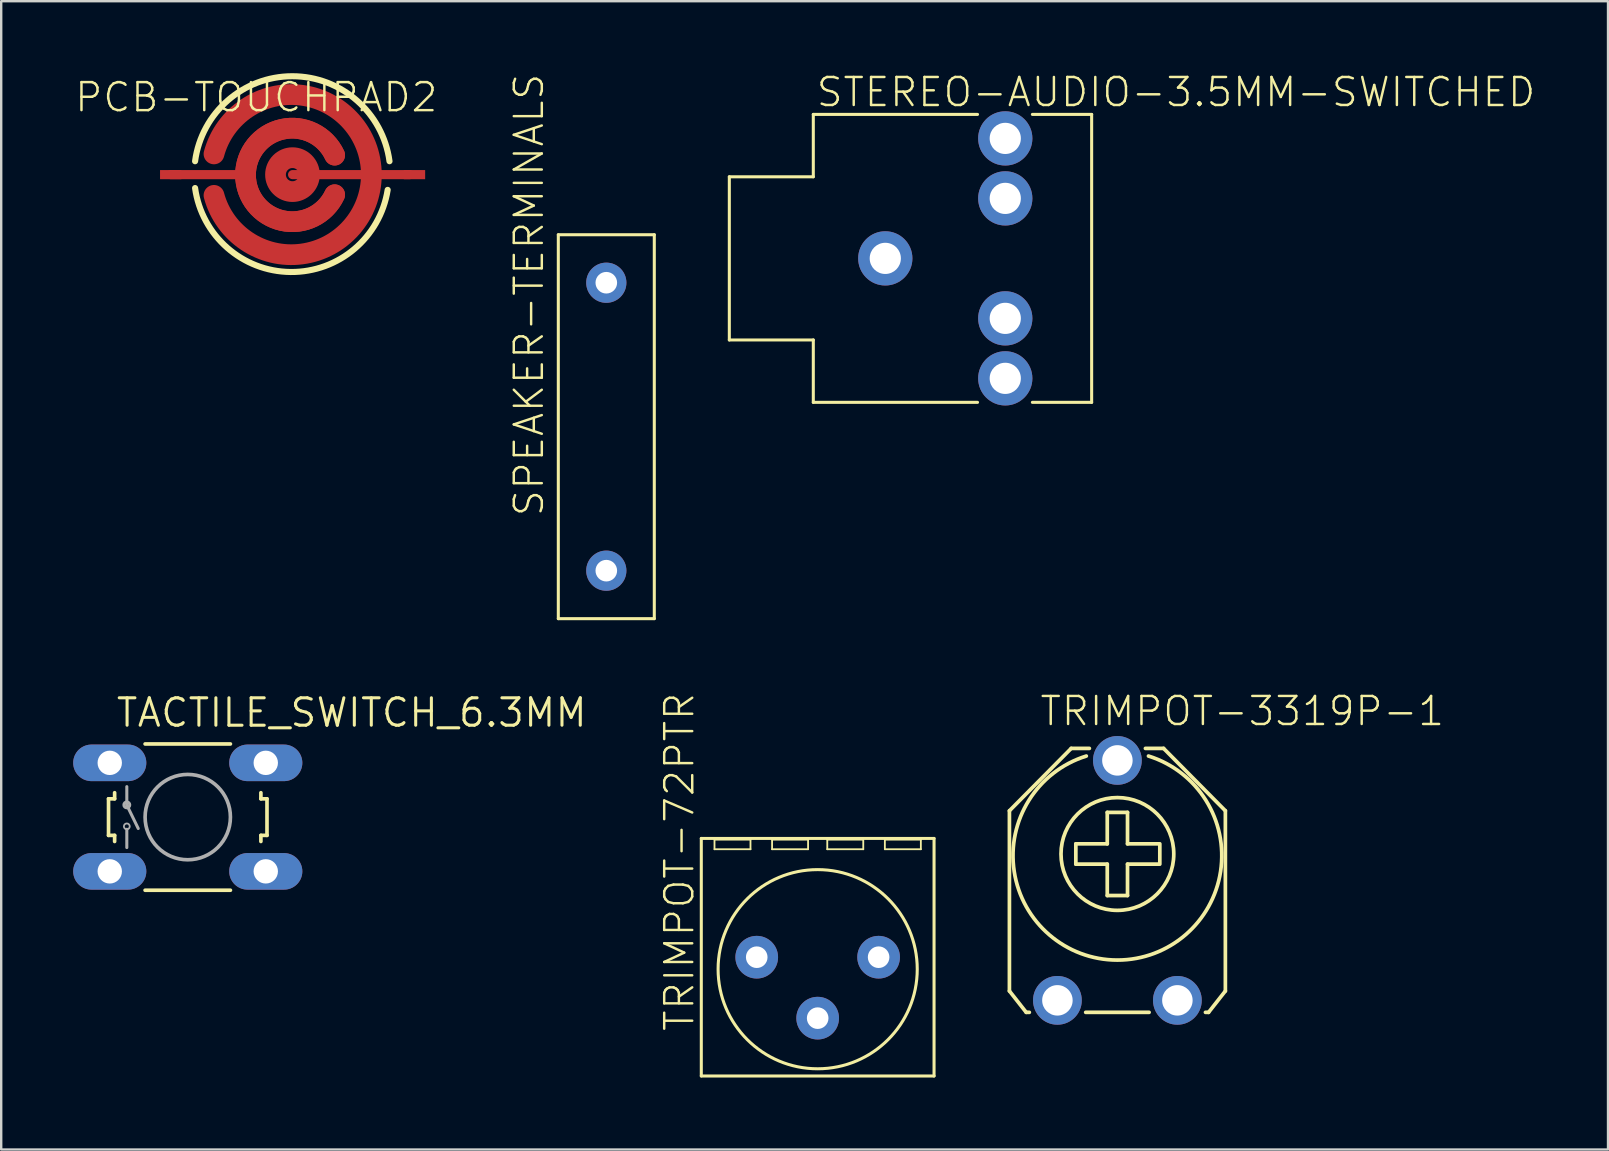
<source format=kicad_pcb>
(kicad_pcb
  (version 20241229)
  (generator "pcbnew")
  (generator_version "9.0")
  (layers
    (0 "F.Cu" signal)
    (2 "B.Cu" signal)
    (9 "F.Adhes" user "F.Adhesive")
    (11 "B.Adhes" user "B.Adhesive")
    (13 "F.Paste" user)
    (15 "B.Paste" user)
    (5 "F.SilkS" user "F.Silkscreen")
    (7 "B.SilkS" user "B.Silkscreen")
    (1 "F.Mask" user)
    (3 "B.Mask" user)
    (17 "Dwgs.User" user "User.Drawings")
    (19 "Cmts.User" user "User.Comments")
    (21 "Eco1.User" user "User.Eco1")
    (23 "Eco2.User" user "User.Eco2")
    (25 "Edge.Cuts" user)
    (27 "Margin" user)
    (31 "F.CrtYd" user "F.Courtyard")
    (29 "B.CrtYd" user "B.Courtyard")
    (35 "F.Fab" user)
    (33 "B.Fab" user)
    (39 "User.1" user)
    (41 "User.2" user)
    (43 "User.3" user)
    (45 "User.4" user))
  (footprint "PCB-TOUCHPAD2"
    (layer "F.Cu")
    (at 9.144 4.228)
    (property "Reference" "PCB-TOUCHPAD2" (at -9.144 -2.54 0) (unlocked yes) (layer "F.SilkS") (effects (font (size 1.168 1.168) (thickness 0.102)) (justify left bottom)))
    (fp_line (start -1.93 0) (end -5.08 0) (stroke (width 0.381) (type solid)) (layer "F.Cu"))
    (fp_line (start 0 0) (end 4.877 0) (stroke (width 0.381) (type solid)) (layer "F.Cu"))
    (fp_arc (start -3.2766 -0.8636) (mid 3.283095 0) (end -3.2766 0.8636) (stroke (width 0.8636) (type solid)) (layer "F.Cu"))
    (fp_arc (start 1.7526 0.8382) (mid -1.961476 0.0127) (end 1.7526 -0.812799) (stroke (width 0.8636) (type solid)) (layer "F.Cu"))
    (fp_arc (start 1.7526 0.8382) (mid -1.961476 0.0127) (end 1.7526 -0.812799) (stroke (width 0.8636) (type solid)) (layer "F.Cu"))
    (fp_circle (center -0.005 0) (end 0.27 0) (stroke (width 0.864) (type solid)) (fill no) (layer "F.Cu"))
    (fp_line (start -1.93 0) (end -5.08 0) (stroke (width 0.406) (type solid)) (layer "F.Mask"))
    (fp_line (start 0 0) (end 4.877 0) (stroke (width 0.406) (type solid)) (layer "F.Mask"))
    (fp_arc (start -3.2766 -0.8636) (mid 3.283095 0) (end -3.2766 0.8636) (stroke (width 0.889) (type solid)) (layer "F.Mask"))
    (fp_arc (start 1.7526 0.8382) (mid -1.961476 0.0127) (end 1.7526 -0.812799) (stroke (width 0.889) (type solid)) (layer "F.Mask"))
    (fp_circle (center -0.005 0) (end 0.27 0) (stroke (width 0.889) (type solid)) (fill no) (layer "F.Mask"))
    (fp_arc (start -4.064 -0.5588) (mid -0.0127 -4.10064) (end 4.0386 -0.5588) (stroke (width 0.254) (type solid)) (layer "F.SilkS"))
    (fp_arc (start 3.9624 0.635) (mid -0.083653 4.057391) (end -4.063999 0.558799) (stroke (width 0.254) (type solid)) (layer "F.SilkS"))
    (pad "1" smd rect (at -5.08 0 90) (size 0.381 0.889) (layers "F.Cu" "F.Mask" "F.Paste"))
    (pad "2" smd rect (at 5.08 0 90) (size 0.381 0.889) (layers "F.Cu" "F.Mask" "F.Paste")))
  (footprint "TRIMPOT-3319P-1"
    (layer "F.Cu")
    (at 43.518 33.64)
    (property "Reference" "TRIMPOT-3319P-1" (at -3.29 -6.37 0) (unlocked yes) (layer "F.SilkS") (effects (font (size 1.168 1.168) (thickness 0.102)) (justify left bottom)))
    (fp_line (start -4.5 -2.9) (end -4.5 4.61) (stroke (width 0.154) (type solid)) (layer "F.SilkS"))
    (fp_line (start -3.8 5.5) (end -4.5 4.61) (stroke (width 0.154) (type solid)) (layer "F.SilkS"))
    (fp_line (start -3.8 5.5) (end -3.67 5.5) (stroke (width 0.154) (type solid)) (layer "F.SilkS"))
    (fp_line (start -1.925 -5.5) (end -4.5 -2.9) (stroke (width 0.154) (type solid)) (layer "F.SilkS"))
    (fp_line (start -1.732 -0.677) (end -1.732 -1.522) (stroke (width 0.154) (type solid)) (layer "F.SilkS"))
    (fp_line (start -1.321 5.5) (end 1.321 5.5) (stroke (width 0.154) (type solid)) (layer "F.SilkS"))
    (fp_line (start -1.168 -5.5) (end -1.925 -5.5) (stroke (width 0.154) (type solid)) (layer "F.SilkS"))
    (fp_line (start -0.422 -2.833) (end -0.422 -1.522) (stroke (width 0.154) (type solid)) (layer "F.SilkS"))
    (fp_line (start -0.422 -2.833) (end 0.422 -2.833) (stroke (width 0.154) (type solid)) (layer "F.SilkS"))
    (fp_line (start -0.422 -1.522) (end -1.732 -1.522) (stroke (width 0.154) (type solid)) (layer "F.SilkS"))
    (fp_line (start -0.422 -0.677) (end -1.732 -0.677) (stroke (width 0.154) (type solid)) (layer "F.SilkS"))
    (fp_line (start -0.422 -0.677) (end -0.422 0.632) (stroke (width 0.154) (type solid)) (layer "F.SilkS"))
    (fp_line (start -0.422 0.632) (end 0.422 0.632) (stroke (width 0.154) (type solid)) (layer "F.SilkS"))
    (fp_line (start 0.422 -2.833) (end 0.422 -1.522) (stroke (width 0.154) (type solid)) (layer "F.SilkS"))
    (fp_line (start 0.422 -1.522) (end 1.732 -1.522) (stroke (width 0.154) (type solid)) (layer "F.SilkS"))
    (fp_line (start 0.422 -0.677) (end 0.422 0.632) (stroke (width 0.154) (type solid)) (layer "F.SilkS"))
    (fp_line (start 0.422 -0.677) (end 1.732 -0.677) (stroke (width 0.154) (type solid)) (layer "F.SilkS"))
    (fp_line (start 1.168 -5.5) (end 1.925 -5.5) (stroke (width 0.154) (type solid)) (layer "F.SilkS"))
    (fp_line (start 1.768 -0.677) (end 1.768 -1.522) (stroke (width 0.154) (type solid)) (layer "F.SilkS"))
    (fp_line (start 1.925 -5.5) (end 4.5 -2.9) (stroke (width 0.154) (type solid)) (layer "F.SilkS"))
    (fp_line (start 3.8 5.5) (end 3.67 5.5) (stroke (width 0.154) (type solid)) (layer "F.SilkS"))
    (fp_line (start 3.8 5.5) (end 4.5 4.61) (stroke (width 0.154) (type solid)) (layer "F.SilkS"))
    (fp_line (start 4.5 -2.9) (end 4.5 4.61) (stroke (width 0.154) (type solid)) (layer "F.SilkS"))
    (fp_arc (start 1.2954 -5.1816) (mid 0 3.321616) (end -1.2954 -5.1816) (stroke (width 0.154) (type solid)) (layer "F.SilkS"))
    (fp_circle (center 0 -1.1) (end 2.35 -1.1) (stroke (width 0.154) (type solid)) (fill no) (layer "F.SilkS"))
    (pad "A" thru_hole circle (at 2.5 5) (size 2.032 2.032) (drill 1.27) (layers "*.Cu" "*.Mask"))
    (pad "E" thru_hole circle (at -2.5 5) (size 2.032 2.032) (drill 1.27) (layers "*.Cu" "*.Mask"))
    (pad "S" thru_hole circle (at 0 -5) (size 2.032 2.032) (drill 1.27) (layers "*.Cu" "*.Mask")))
  (footprint "TACTILE_SWITCH_6.3MM"
    (layer "F.Cu")
    (at 4.775 31.003)
    (property "Reference" "TACTILE_SWITCH_6.3MM" (at -3.048 -3.683 0) (unlocked yes) (layer "F.SilkS") (effects (font (size 1.143 1.143) (thickness 0.127)) (justify left bottom)))
    (fp_line (start -3.302 -0.762) (end -3.302 0.762) (stroke (width 0.152) (type solid)) (layer "F.SilkS"))
    (fp_line (start -3.302 -0.762) (end -3.048 -0.762) (stroke (width 0.152) (type solid)) (layer "F.SilkS"))
    (fp_line (start -3.048 -0.762) (end -3.048 -1.016) (stroke (width 0.152) (type solid)) (layer "F.SilkS"))
    (fp_line (start -3.048 0.762) (end -3.302 0.762) (stroke (width 0.152) (type solid)) (layer "F.SilkS"))
    (fp_line (start -3.048 0.762) (end -3.048 1.016) (stroke (width 0.152) (type solid)) (layer "F.SilkS"))
    (fp_line (start -1.778 3.048) (end 1.778 3.048) (stroke (width 0.152) (type solid)) (layer "F.SilkS"))
    (fp_line (start 1.778 -3.048) (end -1.778 -3.048) (stroke (width 0.152) (type solid)) (layer "F.SilkS"))
    (fp_line (start 3.048 -0.762) (end 3.048 -1.016) (stroke (width 0.152) (type solid)) (layer "F.SilkS"))
    (fp_line (start 3.048 -0.762) (end 3.302 -0.762) (stroke (width 0.152) (type solid)) (layer "F.SilkS"))
    (fp_line (start 3.048 0.762) (end 3.048 1.016) (stroke (width 0.152) (type solid)) (layer "F.SilkS"))
    (fp_line (start 3.302 0.762) (end 3.048 0.762) (stroke (width 0.152) (type solid)) (layer "F.SilkS"))
    (fp_line (start 3.302 0.762) (end 3.302 -0.762) (stroke (width 0.152) (type solid)) (layer "F.SilkS"))
    (fp_line (start -2.54 -1.27) (end -2.54 -0.508) (stroke (width 0.127) (type solid)) (layer "F.Fab"))
    (fp_line (start -2.54 -0.502) (end -2.064 0.476) (stroke (width 0.127) (type solid)) (layer "F.Fab"))
    (fp_line (start -2.54 0.508) (end -2.54 1.27) (stroke (width 0.127) (type solid)) (layer "F.Fab"))
    (fp_circle (center -2.54 -0.508) (end -2.418 -0.508) (stroke (width 0.127) (type solid)) (fill no) (layer "F.Fab"))
    (fp_circle (center -2.54 0.387) (end -2.418 0.387) (stroke (width 0.076) (type solid)) (fill no) (layer "F.Fab"))
    (fp_circle (center 0 0) (end 1.778 0) (stroke (width 0.152) (type solid)) (fill no) (layer "F.Fab"))
    (pad "1" thru_hole oval (at -3.251 -2.261) (size 3.048 1.524) (drill 1.016) (layers "*.Cu" "*.Mask"))
    (pad "2" thru_hole oval (at 3.251 -2.261) (size 3.048 1.524) (drill 1.016) (layers "*.Cu" "*.Mask"))
    (pad "3" thru_hole oval (at -3.251 2.261) (size 3.048 1.524) (drill 1.016) (layers "*.Cu" "*.Mask"))
    (pad "4" thru_hole oval (at 3.251 2.261) (size 3.048 1.524) (drill 1.016) (layers "*.Cu" "*.Mask")))
  (footprint "SPEAKER-TERMINALS"
    (layer "F.Cu")
    (at 22.218 14.733)
    (property "Reference" "SPEAKER-TERMINALS" (at -2.54 3.81 90) (unlocked yes) (layer "F.SilkS") (effects (font (size 1.168 1.168) (thickness 0.102)) (justify left bottom)))
    (fp_line (start -2 -8) (end 2 -8) (stroke (width 0.127) (type solid)) (layer "F.SilkS"))
    (fp_line (start -2 8) (end -2 -8) (stroke (width 0.127) (type solid)) (layer "F.SilkS"))
    (fp_line (start 2 -8) (end 2 8) (stroke (width 0.127) (type solid)) (layer "F.SilkS"))
    (fp_line (start 2 8) (end -2 8) (stroke (width 0.127) (type solid)) (layer "F.SilkS"))
    (pad "+" thru_hole circle (at 0 -6) (size 1.676 1.676) (drill 0.9) (layers "*.Cu" "*.Mask"))
    (pad "-" thru_hole circle (at 0 6) (size 1.676 1.676) (drill 0.9) (layers "*.Cu" "*.Mask")))
  (footprint "STEREO-AUDIO-3.5MM-SWITCHED"
    (layer "F.Cu")
    (at 34.895 7.718)
    (property "Reference" "STEREO-AUDIO-3.5MM-SWITCHED" (at -3.99 -6.245 0) (unlocked yes) (layer "F.SilkS") (effects (font (size 1.168 1.168) (thickness 0.102)) (justify left bottom)))
    (fp_line (start -7.55 -3.4) (end -7.55 3.4) (stroke (width 0.127) (type solid)) (layer "F.SilkS"))
    (fp_line (start -7.55 -3.4) (end -4.05 -3.4) (stroke (width 0.127) (type solid)) (layer "F.SilkS"))
    (fp_line (start -7.55 3.4) (end -4.05 3.4) (stroke (width 0.127) (type solid)) (layer "F.SilkS"))
    (fp_line (start -4.05 -6) (end 2.794 -6) (stroke (width 0.127) (type solid)) (layer "F.SilkS"))
    (fp_line (start -4.05 -3.4) (end -4.05 -6) (stroke (width 0.127) (type solid)) (layer "F.SilkS"))
    (fp_line (start -4.05 3.4) (end -4.05 6) (stroke (width 0.127) (type solid)) (layer "F.SilkS"))
    (fp_line (start -4.05 6) (end 2.794 6) (stroke (width 0.127) (type solid)) (layer "F.SilkS"))
    (fp_line (start 5.08 -6) (end 7.55 -6) (stroke (width 0.127) (type solid)) (layer "F.SilkS"))
    (fp_line (start 5.08 6) (end 7.55 6) (stroke (width 0.127) (type solid)) (layer "F.SilkS"))
    (fp_line (start 7.55 -6) (end 7.55 6) (stroke (width 0.127) (type solid)) (layer "F.SilkS"))
    (pad "1" thru_hole circle (at -1.05 0) (size 2.261 2.261) (drill 1.3) (layers "*.Cu" "*.Mask"))
    (pad "2" thru_hole circle (at 3.95 -5) (size 2.261 2.261) (drill 1.3) (layers "*.Cu" "*.Mask"))
    (pad "3" thru_hole circle (at 3.95 -2.5) (size 2.261 2.261) (drill 1.3) (layers "*.Cu" "*.Mask"))
    (pad "4" thru_hole circle (at 3.95 2.5) (size 2.261 2.261) (drill 1.3) (layers "*.Cu" "*.Mask"))
    (pad "5" thru_hole circle (at 3.95 5) (size 2.261 2.261) (drill 1.3) (layers "*.Cu" "*.Mask")))
  (footprint "TRIMPOT-72PTR"
    (layer "F.Cu")
    (at 31.027 36.842)
    (property "Reference" "TRIMPOT-72PTR" (at -5.08 3.158 90) (unlocked yes) (layer "F.SilkS") (effects (font (size 1.168 1.168) (thickness 0.102)) (justify left bottom)))
    (fp_line (start -4.85 -4.95) (end -4.85 4.95) (stroke (width 0.127) (type solid)) (layer "F.SilkS"))
    (fp_line (start -4.85 4.95) (end 4.85 4.95) (stroke (width 0.127) (type solid)) (layer "F.SilkS"))
    (fp_line (start -4.3 -4.9) (end -2.8 -4.9) (stroke (width 0.076) (type solid)) (layer "F.SilkS"))
    (fp_line (start -4.3 -4.5) (end -4.3 -4.9) (stroke (width 0.076) (type solid)) (layer "F.SilkS"))
    (fp_line (start -2.8 -4.9) (end -2.8 -4.5) (stroke (width 0.076) (type solid)) (layer "F.SilkS"))
    (fp_line (start -2.8 -4.5) (end -4.3 -4.5) (stroke (width 0.076) (type solid)) (layer "F.SilkS"))
    (fp_line (start -1.9 -4.9) (end -0.4 -4.9) (stroke (width 0.076) (type solid)) (layer "F.SilkS"))
    (fp_line (start -1.9 -4.5) (end -1.9 -4.9) (stroke (width 0.076) (type solid)) (layer "F.SilkS"))
    (fp_line (start -0.4 -4.9) (end -0.4 -4.5) (stroke (width 0.076) (type solid)) (layer "F.SilkS"))
    (fp_line (start -0.4 -4.5) (end -1.9 -4.5) (stroke (width 0.076) (type solid)) (layer "F.SilkS"))
    (fp_line (start 0.4 -4.9) (end 1.9 -4.9) (stroke (width 0.076) (type solid)) (layer "F.SilkS"))
    (fp_line (start 0.4 -4.5) (end 0.4 -4.9) (stroke (width 0.076) (type solid)) (layer "F.SilkS"))
    (fp_line (start 1.9 -4.9) (end 1.9 -4.5) (stroke (width 0.076) (type solid)) (layer "F.SilkS"))
    (fp_line (start 1.9 -4.5) (end 0.4 -4.5) (stroke (width 0.076) (type solid)) (layer "F.SilkS"))
    (fp_line (start 2.8 -4.9) (end 4.3 -4.9) (stroke (width 0.076) (type solid)) (layer "F.SilkS"))
    (fp_line (start 2.8 -4.5) (end 2.8 -4.9) (stroke (width 0.076) (type solid)) (layer "F.SilkS"))
    (fp_line (start 4.3 -4.9) (end 4.3 -4.5) (stroke (width 0.076) (type solid)) (layer "F.SilkS"))
    (fp_line (start 4.3 -4.5) (end 2.8 -4.5) (stroke (width 0.076) (type solid)) (layer "F.SilkS"))
    (fp_line (start 4.85 -4.95) (end -4.85 -4.95) (stroke (width 0.127) (type solid)) (layer "F.SilkS"))
    (fp_line (start 4.85 4.95) (end 4.85 -4.95) (stroke (width 0.127) (type solid)) (layer "F.SilkS"))
    (fp_circle (center 0 0.5) (end 4.15 0.5) (stroke (width 0.127) (type solid)) (fill no) (layer "F.SilkS"))
    (pad "1" thru_hole circle (at 2.54 0) (size 1.778 1.778) (drill 0.9) (layers "*.Cu" "*.Mask"))
    (pad "2" thru_hole circle (at 0 2.54) (size 1.778 1.778) (drill 0.9) (layers "*.Cu" "*.Mask"))
    (pad "3" thru_hole circle (at -2.54 0) (size 1.778 1.778) (drill 0.9) (layers "*.Cu" "*.Mask")))
  (gr_rect
    (start -3 -3)
    (end 63.965 44.856)
    (stroke (width 0.1) (type default))
    (fill no)
    (layer "Edge.Cuts")))
</source>
